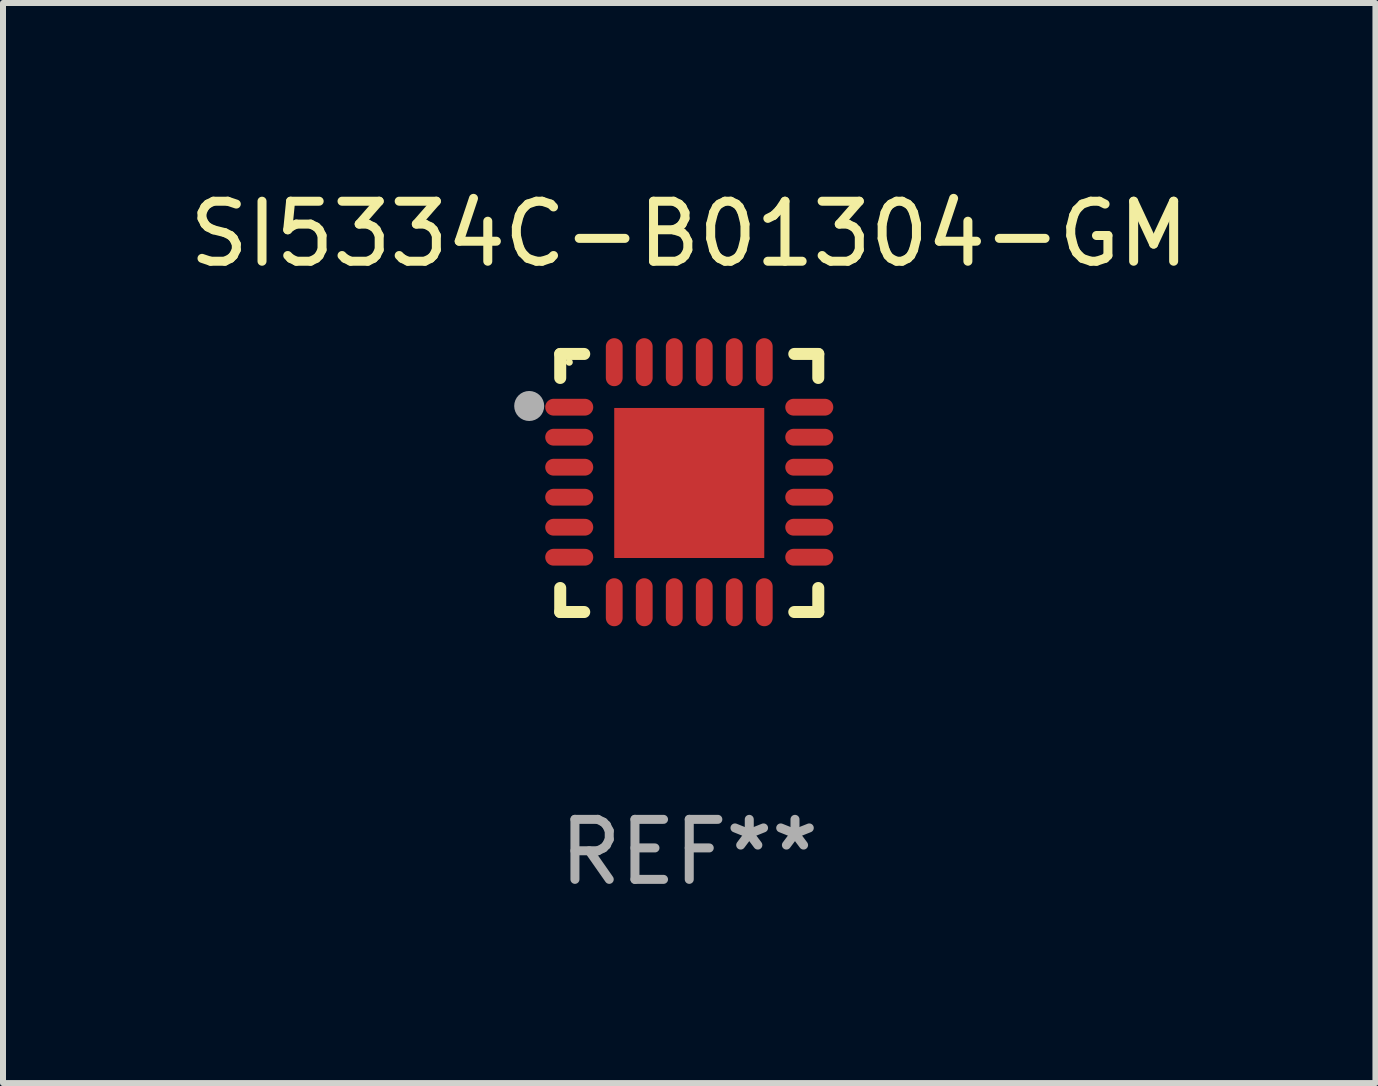
<source format=kicad_pcb>
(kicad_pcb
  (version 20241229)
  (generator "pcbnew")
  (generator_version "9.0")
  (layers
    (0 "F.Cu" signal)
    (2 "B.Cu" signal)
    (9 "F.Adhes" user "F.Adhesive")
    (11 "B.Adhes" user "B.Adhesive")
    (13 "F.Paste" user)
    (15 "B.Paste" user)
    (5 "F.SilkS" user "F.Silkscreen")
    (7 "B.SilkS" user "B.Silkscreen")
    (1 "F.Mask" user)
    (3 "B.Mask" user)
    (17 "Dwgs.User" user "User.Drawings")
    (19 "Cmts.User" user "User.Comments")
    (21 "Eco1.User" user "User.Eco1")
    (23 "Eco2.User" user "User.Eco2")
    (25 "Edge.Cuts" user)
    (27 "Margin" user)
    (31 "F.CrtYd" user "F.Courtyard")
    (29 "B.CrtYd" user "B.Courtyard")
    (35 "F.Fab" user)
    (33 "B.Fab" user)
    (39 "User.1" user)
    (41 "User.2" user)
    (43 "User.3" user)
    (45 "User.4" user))
  (footprint "SI5334C-B01304-GM"
    (layer "F.Cu")
    (at 8.435 4.998)
    (property "Reference" "SI5334C-B01304-GM" (at 0 -4.15 0) (layer "F.SilkS") (effects (font (size 1 1) (thickness 0.15))))
    (attr through_hole)
    (fp_line (start -2.15 -2.15) (end -1.75 -2.15) (stroke (width 0.2) (type solid)) (layer "F.SilkS"))
    (fp_line (start -2.15 -1.75) (end -2.15 -2.15) (stroke (width 0.2) (type solid)) (layer "F.SilkS"))
    (fp_line (start -2.15 2.15) (end -2.15 1.75) (stroke (width 0.2) (type solid)) (layer "F.SilkS"))
    (fp_line (start -1.75 2.15) (end -2.15 2.15) (stroke (width 0.2) (type solid)) (layer "F.SilkS"))
    (fp_line (start 1.75 -2.15) (end 2.15 -2.15) (stroke (width 0.2) (type solid)) (layer "F.SilkS"))
    (fp_line (start 1.75 2.15) (end 2.15 2.15) (stroke (width 0.2) (type solid)) (layer "F.SilkS"))
    (fp_line (start 2.15 -2.15) (end 2.15 -1.75) (stroke (width 0.2) (type solid)) (layer "F.SilkS"))
    (fp_line (start 2.15 2.15) (end 2.15 1.75) (stroke (width 0.2) (type solid)) (layer "F.SilkS"))
    (fp_circle (center -2 -2.013) (end -1.97 -2.013) (stroke (width 0.06) (type solid)) (fill no) (layer "F.SilkS"))
    (fp_circle (center -2.667 -1.283) (end -2.542 -1.283) (stroke (width 0.25) (type solid)) (fill no) (layer "F.Fab"))
    (fp_text user "REF**" (at 0 6.15 0) (layer "F.Fab") (effects (font (size 1 1) (thickness 0.15))))
    (pad "1" smd oval (at -2 -1.263) (size 0.8 0.28) (layers "F.Cu" "F.Mask" "F.Paste"))
    (pad "2" smd oval (at -2 -0.763) (size 0.8 0.28) (layers "F.Cu" "F.Mask" "F.Paste"))
    (pad "3" smd oval (at -2 -0.263) (size 0.8 0.28) (layers "F.Cu" "F.Mask" "F.Paste"))
    (pad "4" smd oval (at -2 0.237) (size 0.8 0.28) (layers "F.Cu" "F.Mask" "F.Paste"))
    (pad "5" smd oval (at -2 0.737) (size 0.8 0.28) (layers "F.Cu" "F.Mask" "F.Paste"))
    (pad "6" smd oval (at -2 1.237) (size 0.8 0.28) (layers "F.Cu" "F.Mask" "F.Paste"))
    (pad "7" smd oval (at -1.25 1.987) (size 0.28 0.8) (layers "F.Cu" "F.Mask" "F.Paste"))
    (pad "8" smd oval (at -0.75 1.987) (size 0.28 0.8) (layers "F.Cu" "F.Mask" "F.Paste"))
    (pad "9" smd oval (at -0.25 1.987) (size 0.28 0.8) (layers "F.Cu" "F.Mask" "F.Paste"))
    (pad "10" smd oval (at 0.25 1.987) (size 0.28 0.8) (layers "F.Cu" "F.Mask" "F.Paste"))
    (pad "11" smd oval (at 0.75 1.987) (size 0.28 0.8) (layers "F.Cu" "F.Mask" "F.Paste"))
    (pad "12" smd oval (at 1.25 1.987) (size 0.28 0.8) (layers "F.Cu" "F.Mask" "F.Paste"))
    (pad "13" smd oval (at 2 1.237) (size 0.8 0.28) (layers "F.Cu" "F.Mask" "F.Paste"))
    (pad "14" smd oval (at 2 0.737) (size 0.8 0.28) (layers "F.Cu" "F.Mask" "F.Paste"))
    (pad "15" smd oval (at 2 0.237) (size 0.8 0.28) (layers "F.Cu" "F.Mask" "F.Paste"))
    (pad "16" smd oval (at 2 -0.263) (size 0.8 0.28) (layers "F.Cu" "F.Mask" "F.Paste"))
    (pad "17" smd oval (at 2 -0.763) (size 0.8 0.28) (layers "F.Cu" "F.Mask" "F.Paste"))
    (pad "18" smd oval (at 2 -1.263) (size 0.8 0.28) (layers "F.Cu" "F.Mask" "F.Paste"))
    (pad "19" smd oval (at 1.25 -2.013) (size 0.28 0.8) (layers "F.Cu" "F.Mask" "F.Paste"))
    (pad "20" smd oval (at 0.75 -2.013) (size 0.28 0.8) (layers "F.Cu" "F.Mask" "F.Paste"))
    (pad "21" smd oval (at 0.25 -2.013) (size 0.28 0.8) (layers "F.Cu" "F.Mask" "F.Paste"))
    (pad "22" smd oval (at -0.25 -2.013) (size 0.28 0.8) (layers "F.Cu" "F.Mask" "F.Paste"))
    (pad "23" smd oval (at -0.75 -2.013) (size 0.28 0.8) (layers "F.Cu" "F.Mask" "F.Paste"))
    (pad "24" smd oval (at -1.25 -2.013) (size 0.28 0.8) (layers "F.Cu" "F.Mask" "F.Paste"))
    (pad "25" smd rect (at -0.000127 -0.00014) (size 2.5 2.5) (layers "F.Cu" "F.Mask" "F.Paste")))
  (gr_rect
    (start -3 -3)
    (end 19.869 14.997)
    (stroke (width 0.1) (type default))
    (fill no)
    (layer "Edge.Cuts")))
</source>
